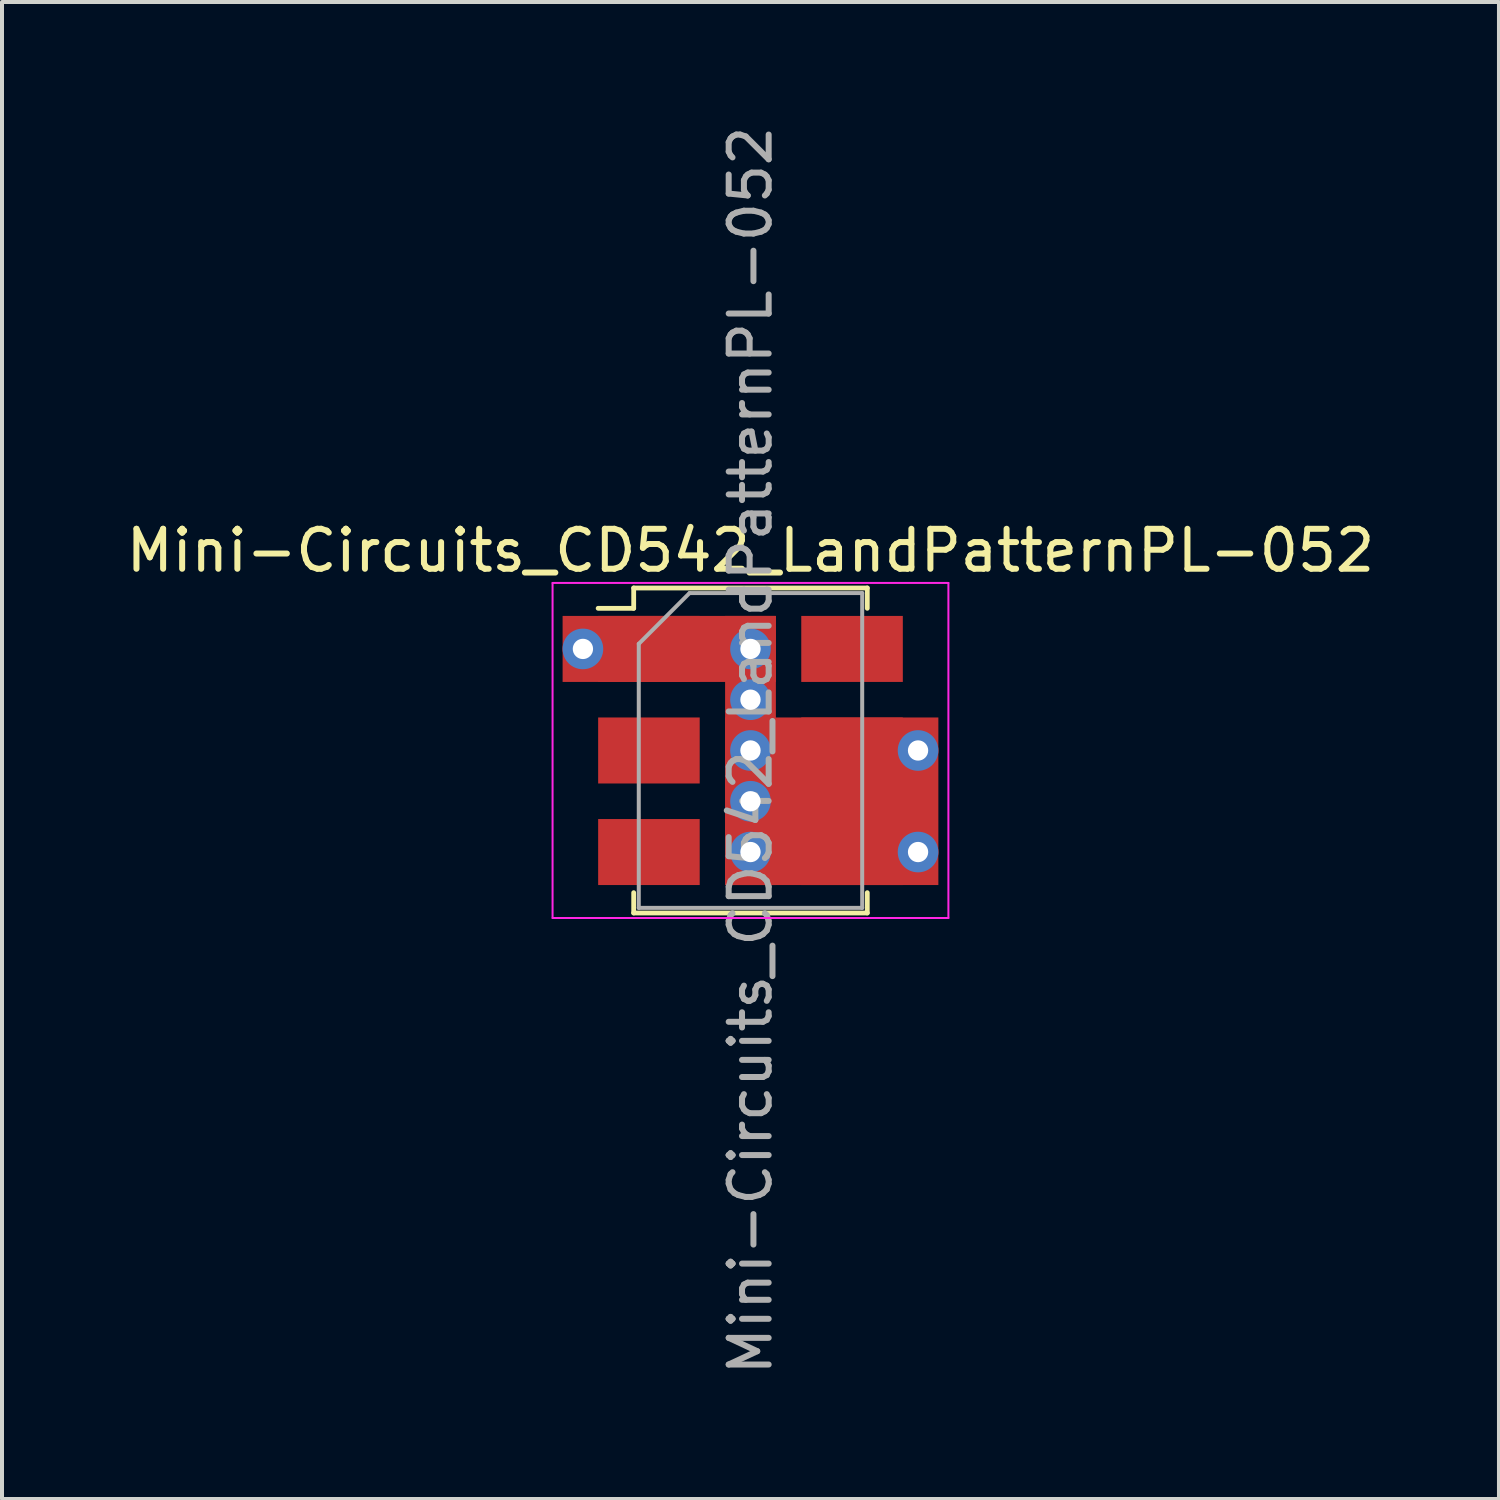
<source format=kicad_pcb>
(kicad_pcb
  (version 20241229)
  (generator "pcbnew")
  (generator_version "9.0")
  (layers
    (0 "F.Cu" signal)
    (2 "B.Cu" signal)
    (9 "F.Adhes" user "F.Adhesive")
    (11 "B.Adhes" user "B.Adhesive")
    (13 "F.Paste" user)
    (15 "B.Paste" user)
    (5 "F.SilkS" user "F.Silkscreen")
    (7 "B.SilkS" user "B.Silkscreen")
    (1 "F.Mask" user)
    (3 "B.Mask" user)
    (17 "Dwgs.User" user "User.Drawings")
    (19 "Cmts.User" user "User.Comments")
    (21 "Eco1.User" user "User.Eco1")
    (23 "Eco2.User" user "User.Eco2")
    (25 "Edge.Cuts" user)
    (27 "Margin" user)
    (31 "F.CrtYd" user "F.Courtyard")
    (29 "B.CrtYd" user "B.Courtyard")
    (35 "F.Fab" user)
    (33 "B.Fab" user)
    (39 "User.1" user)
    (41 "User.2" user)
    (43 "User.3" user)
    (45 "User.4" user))
  (footprint "Mini-Circuits_CD542_LandPatternPL-052"
    (layer "F.Cu")
    (at 15.72 15.72)
    (property "Reference" "Mini-Circuits_CD542_LandPatternPL-052" (at 0 -5 0) (layer "F.SilkS") (effects (font (size 1 1) (thickness 0.15))))
    (attr smd)
    (fp_line (start -2.921 -4.064) (end -2.921 -3.556) (stroke (width 0.12) (type solid)) (layer "F.SilkS"))
    (fp_line (start -2.921 -3.556) (end -3.81 -3.556) (stroke (width 0.12) (type solid)) (layer "F.SilkS"))
    (fp_line (start -2.921 3.556) (end -2.921 4.064) (stroke (width 0.12) (type solid)) (layer "F.SilkS"))
    (fp_line (start -2.921 4.064) (end 2.921 4.064) (stroke (width 0.12) (type solid)) (layer "F.SilkS"))
    (fp_line (start 2.921 -4.064) (end -2.921 -4.064) (stroke (width 0.12) (type solid)) (layer "F.SilkS"))
    (fp_line (start 2.921 -3.556) (end 2.921 -4.064) (stroke (width 0.12) (type solid)) (layer "F.SilkS"))
    (fp_line (start 2.921 4.064) (end 2.921 3.556) (stroke (width 0.12) (type solid)) (layer "F.SilkS"))
    (fp_line (start -4.95 -4.19) (end -4.95 4.19) (stroke (width 0.05) (type solid)) (layer "F.CrtYd"))
    (fp_line (start -4.95 -4.19) (end 4.95 -4.19) (stroke (width 0.05) (type solid)) (layer "F.CrtYd"))
    (fp_line (start 4.95 4.19) (end -4.95 4.19) (stroke (width 0.05) (type solid)) (layer "F.CrtYd"))
    (fp_line (start 4.95 4.19) (end 4.95 -4.19) (stroke (width 0.05) (type solid)) (layer "F.CrtYd"))
    (fp_line (start -2.794 -2.667) (end -2.794 3.937) (stroke (width 0.1) (type solid)) (layer "F.Fab"))
    (fp_line (start -2.794 3.937) (end 2.794 3.937) (stroke (width 0.1) (type solid)) (layer "F.Fab"))
    (fp_line (start -1.524 -3.937) (end -2.794 -2.667) (stroke (width 0.1) (type solid)) (layer "F.Fab"))
    (fp_line (start 2.794 -3.937) (end -1.524 -3.937) (stroke (width 0.1) (type solid)) (layer "F.Fab"))
    (fp_line (start 2.794 3.937) (end 2.794 -3.937) (stroke (width 0.1) (type solid)) (layer "F.Fab"))
    (fp_text user "${REFERENCE}" (at 0 0 90) (layer "F.Fab") (effects (font (size 1 1) (thickness 0.15))))
    (pad "1" thru_hole circle (at -4.191 -2.54) (size 1.016 1.016) (drill 0.508) (layers "*.Cu"))
    (pad "1" smd rect (at -2.54 -2.54) (size 2.54 1.651) (layers "F.Cu" "F.Mask" "F.Paste"))
    (pad "1" smd rect (at -2.032 -2.54) (size 5.334 1.651) (layers "F.Cu"))
    (pad "1" thru_hole circle (at 0 -2.54) (size 1.016 1.016) (drill 0.508) (layers "*.Cu"))
    (pad "1" thru_hole circle (at 0 -1.27) (size 1.016 1.016) (drill 0.508) (layers "*.Cu"))
    (pad "1" thru_hole circle (at 0 0) (size 1.016 1.016) (drill 0.508) (layers "*.Cu"))
    (pad "1" smd rect (at 0 0) (size 1.27 6.731) (layers "F.Cu"))
    (pad "1" thru_hole circle (at 0 1.27) (size 1.016 1.016) (drill 0.508) (layers "*.Cu"))
    (pad "1" thru_hole circle (at 0 2.54) (size 1.016 1.016) (drill 0.508) (layers "*.Cu"))
    (pad "2" smd rect (at -2.54 0) (size 2.54 1.651) (layers "F.Cu" "F.Mask" "F.Paste"))
    (pad "3" smd rect (at -2.54 2.54) (size 2.54 1.651) (layers "F.Cu" "F.Mask" "F.Paste"))
    (pad "4" smd rect (at 2.032 1.27) (size 5.334 4.191) (layers "F.Cu"))
    (pad "4" smd rect (at 2.54 2.54) (size 2.54 1.651) (layers "F.Cu" "F.Mask" "F.Paste"))
    (pad "4" thru_hole circle (at 4.191 2.54) (size 1.016 1.016) (drill 0.508) (layers "*.Cu"))
    (pad "5" smd rect (at 2.54 0) (size 2.54 1.651) (layers "F.Cu" "F.Mask" "F.Paste"))
    (pad "5" thru_hole circle (at 4.191 0) (size 1.016 1.016) (drill 0.508) (layers "*.Cu"))
    (pad "6" smd rect (at 2.54 -2.54) (size 2.54 1.651) (layers "F.Cu" "F.Mask" "F.Paste")))
  (gr_rect
    (start -3 -3)
    (end 34.44 34.44)
    (stroke (width 0.1) (type default))
    (fill no)
    (layer "Edge.Cuts")))
</source>
